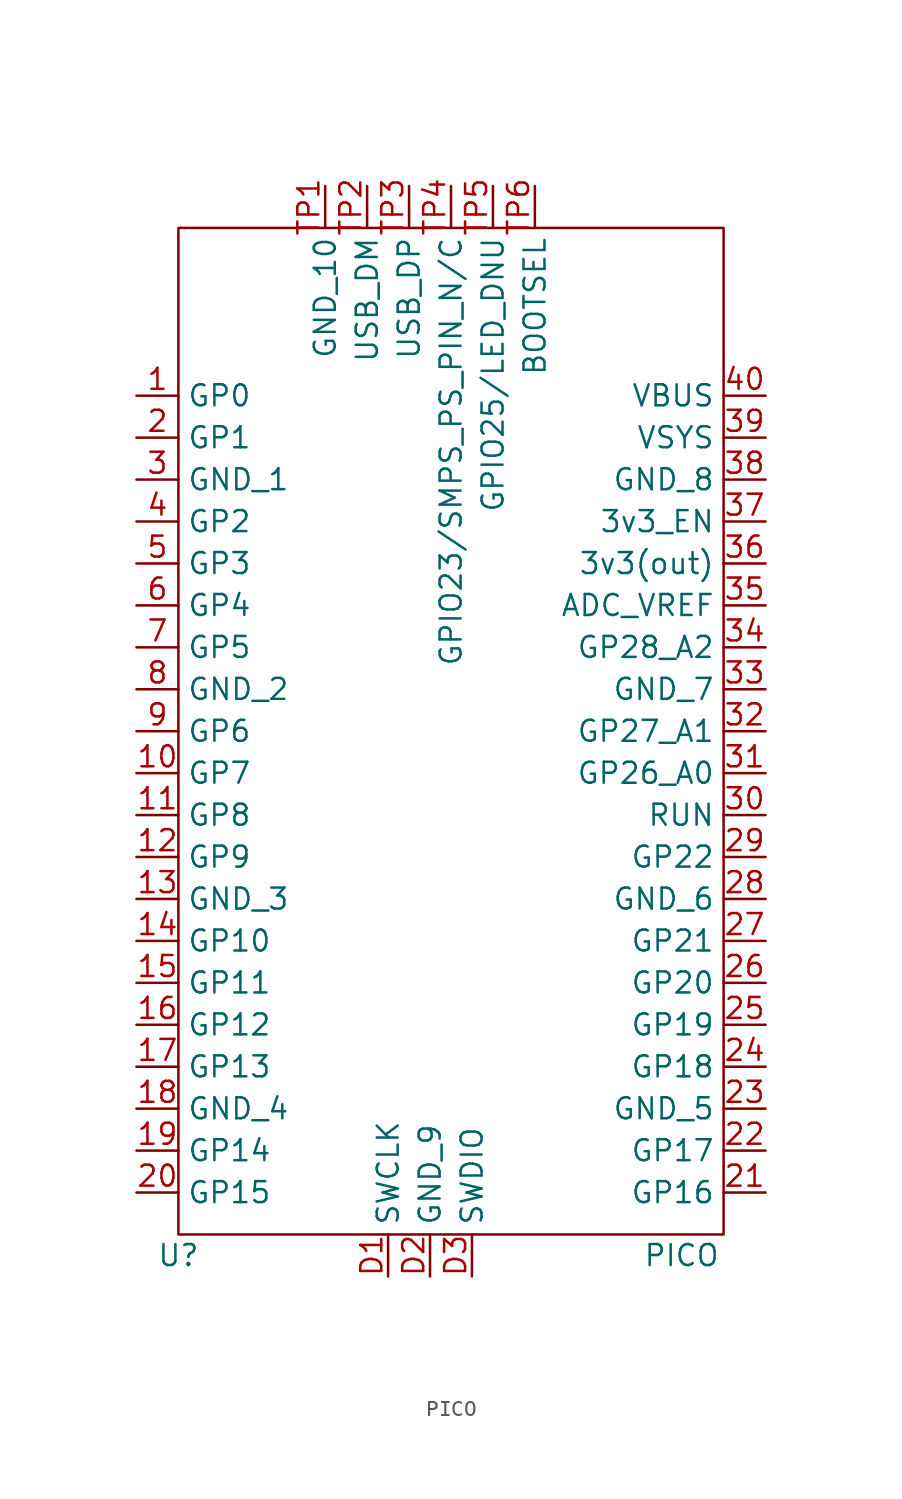
<source format=kicad_sym>
(kicad_symbol_lib
  (version 20211014)
  (generator kicad_symbol_editor)
  (symbol "PICO"
    (property "Reference" "U"
      (at -10.16 -10.16 0)
      (effects (font (size 1.27 1.27))))
    (property "Value" "PICO"
      (at 20.32 -10.16 0)
      (effects (font (size 1.27 1.27))))
    (symbol "PICO_0_1"
      (rectangle (start -10.16 52.07) (end 22.86 -8.89) (stroke (width 0) (type default) (color 0 0 0 0)) (fill (type none))))
    (symbol "PICO_1_1"
      (pin input line (at -12.7 41.91 0) (length 2.54) (name "GP0" (effects (font (size 1.27 1.27)))) (number "1" (effects (font (size 1.27 1.27)))))
      (pin input line (at -12.7 19.05 0) (length 2.54) (name "GP7" (effects (font (size 1.27 1.27)))) (number "10" (effects (font (size 1.27 1.27)))))
      (pin input line (at -12.7 16.51 0) (length 2.54) (name "GP8" (effects (font (size 1.27 1.27)))) (number "11" (effects (font (size 1.27 1.27)))))
      (pin input line (at -12.7 13.97 0) (length 2.54) (name "GP9" (effects (font (size 1.27 1.27)))) (number "12" (effects (font (size 1.27 1.27)))))
      (pin input line (at -12.7 11.43 0) (length 2.54) (name "GND_3" (effects (font (size 1.27 1.27)))) (number "13" (effects (font (size 1.27 1.27)))))
      (pin input line (at -12.7 8.89 0) (length 2.54) (name "GP10" (effects (font (size 1.27 1.27)))) (number "14" (effects (font (size 1.27 1.27)))))
      (pin input line (at -12.7 6.35 0) (length 2.54) (name "GP11" (effects (font (size 1.27 1.27)))) (number "15" (effects (font (size 1.27 1.27)))))
      (pin input line (at -12.7 3.81 0) (length 2.54) (name "GP12" (effects (font (size 1.27 1.27)))) (number "16" (effects (font (size 1.27 1.27)))))
      (pin input line (at -12.7 1.27 0) (length 2.54) (name "GP13" (effects (font (size 1.27 1.27)))) (number "17" (effects (font (size 1.27 1.27)))))
      (pin input line (at -12.7 -1.27 0) (length 2.54) (name "GND_4" (effects (font (size 1.27 1.27)))) (number "18" (effects (font (size 1.27 1.27)))))
      (pin input line (at -12.7 -3.81 0) (length 2.54) (name "GP14" (effects (font (size 1.27 1.27)))) (number "19" (effects (font (size 1.27 1.27)))))
      (pin input line (at -12.7 39.37 0) (length 2.54) (name "GP1" (effects (font (size 1.27 1.27)))) (number "2" (effects (font (size 1.27 1.27)))))
      (pin input line (at -12.7 -6.35 0) (length 2.54) (name "GP15" (effects (font (size 1.27 1.27)))) (number "20" (effects (font (size 1.27 1.27)))))
      (pin input line (at 25.4 -6.35 180) (length 2.54) (name "GP16" (effects (font (size 1.27 1.27)))) (number "21" (effects (font (size 1.27 1.27)))))
      (pin input line (at 25.4 -3.81 180) (length 2.54) (name "GP17" (effects (font (size 1.27 1.27)))) (number "22" (effects (font (size 1.27 1.27)))))
      (pin input line (at 25.4 -1.27 180) (length 2.54) (name "GND_5" (effects (font (size 1.27 1.27)))) (number "23" (effects (font (size 1.27 1.27)))))
      (pin input line (at 25.4 1.27 180) (length 2.54) (name "GP18" (effects (font (size 1.27 1.27)))) (number "24" (effects (font (size 1.27 1.27)))))
      (pin input line (at 25.4 3.81 180) (length 2.54) (name "GP19" (effects (font (size 1.27 1.27)))) (number "25" (effects (font (size 1.27 1.27)))))
      (pin input line (at 25.4 6.35 180) (length 2.54) (name "GP20" (effects (font (size 1.27 1.27)))) (number "26" (effects (font (size 1.27 1.27)))))
      (pin input line (at 25.4 8.89 180) (length 2.54) (name "GP21" (effects (font (size 1.27 1.27)))) (number "27" (effects (font (size 1.27 1.27)))))
      (pin input line (at 25.4 11.43 180) (length 2.54) (name "GND_6" (effects (font (size 1.27 1.27)))) (number "28" (effects (font (size 1.27 1.27)))))
      (pin input line (at 25.4 13.97 180) (length 2.54) (name "GP22" (effects (font (size 1.27 1.27)))) (number "29" (effects (font (size 1.27 1.27)))))
      (pin input line (at -12.7 36.83 0) (length 2.54) (name "GND_1" (effects (font (size 1.27 1.27)))) (number "3" (effects (font (size 1.27 1.27)))))
      (pin input line (at 25.4 16.51 180) (length 2.54) (name "RUN" (effects (font (size 1.27 1.27)))) (number "30" (effects (font (size 1.27 1.27)))))
      (pin input line (at 25.4 19.05 180) (length 2.54) (name "GP26_A0" (effects (font (size 1.27 1.27)))) (number "31" (effects (font (size 1.27 1.27)))))
      (pin input line (at 25.4 21.59 180) (length 2.54) (name "GP27_A1" (effects (font (size 1.27 1.27)))) (number "32" (effects (font (size 1.27 1.27)))))
      (pin input line (at 25.4 24.13 180) (length 2.54) (name "GND_7" (effects (font (size 1.27 1.27)))) (number "33" (effects (font (size 1.27 1.27)))))
      (pin input line (at 25.4 26.67 180) (length 2.54) (name "GP28_A2" (effects (font (size 1.27 1.27)))) (number "34" (effects (font (size 1.27 1.27)))))
      (pin input line (at 25.4 29.21 180) (length 2.54) (name "ADC_VREF" (effects (font (size 1.27 1.27)))) (number "35" (effects (font (size 1.27 1.27)))))
      (pin power_out line (at 25.4 31.75 180) (length 2.54) (name "3v3(out)" (effects (font (size 1.27 1.27)))) (number "36" (effects (font (size 1.27 1.27)))))
      (pin input line (at 25.4 34.29 180) (length 2.54) (name "3v3_EN" (effects (font (size 1.27 1.27)))) (number "37" (effects (font (size 1.27 1.27)))))
      (pin input line (at 25.4 36.83 180) (length 2.54) (name "GND_8" (effects (font (size 1.27 1.27)))) (number "38" (effects (font (size 1.27 1.27)))))
      (pin input line (at 25.4 39.37 180) (length 2.54) (name "VSYS" (effects (font (size 1.27 1.27)))) (number "39" (effects (font (size 1.27 1.27)))))
      (pin input line (at -12.7 34.29 0) (length 2.54) (name "GP2" (effects (font (size 1.27 1.27)))) (number "4" (effects (font (size 1.27 1.27)))))
      (pin input line (at 25.4 41.91 180) (length 2.54) (name "VBUS" (effects (font (size 1.27 1.27)))) (number "40" (effects (font (size 1.27 1.27)))))
      (pin input line (at -12.7 31.75 0) (length 2.54) (name "GP3" (effects (font (size 1.27 1.27)))) (number "5" (effects (font (size 1.27 1.27)))))
      (pin input line (at -12.7 29.21 0) (length 2.54) (name "GP4" (effects (font (size 1.27 1.27)))) (number "6" (effects (font (size 1.27 1.27)))))
      (pin input line (at -12.7 26.67 0) (length 2.54) (name "GP5" (effects (font (size 1.27 1.27)))) (number "7" (effects (font (size 1.27 1.27)))))
      (pin input line (at -12.7 24.13 0) (length 2.54) (name "GND_2" (effects (font (size 1.27 1.27)))) (number "8" (effects (font (size 1.27 1.27)))))
      (pin input line (at -12.7 21.59 0) (length 2.54) (name "GP6" (effects (font (size 1.27 1.27)))) (number "9" (effects (font (size 1.27 1.27)))))
      (pin input line (at 2.54 -11.43 90) (length 2.54) (name "SWCLK" (effects (font (size 1.27 1.27)))) (number "D1" (effects (font (size 1.27 1.27)))))
      (pin input line (at 5.08 -11.43 90) (length 2.54) (name "GND_9" (effects (font (size 1.27 1.27)))) (number "D2" (effects (font (size 1.27 1.27)))))
      (pin input line (at 7.62 -11.43 90) (length 2.54) (name "SWDIO" (effects (font (size 1.27 1.27)))) (number "D3" (effects (font (size 1.27 1.27)))))
      (pin input line (at -1.27 54.61 270) (length 2.54) (name "GND_10" (effects (font (size 1.27 1.27)))) (number "TP1" (effects (font (size 1.27 1.27)))))
      (pin input line (at 1.27 54.61 270) (length 2.54) (name "USB_DM" (effects (font (size 1.27 1.27)))) (number "TP2" (effects (font (size 1.27 1.27)))))
      (pin input line (at 3.81 54.61 270) (length 2.54) (name "USB_DP" (effects (font (size 1.27 1.27)))) (number "TP3" (effects (font (size 1.27 1.27)))))
      (pin input line (at 6.35 54.61 270) (length 2.54) (name "GPIO23/SMPS_PS_PIN_N/C" (effects (font (size 1.27 1.27)))) (number "TP4" (effects (font (size 1.27 1.27)))))
      (pin input line (at 8.89 54.61 270) (length 2.54) (name "GPIO25/LED_DNU" (effects (font (size 1.27 1.27)))) (number "TP5" (effects (font (size 1.27 1.27)))))
      (pin input line (at 11.43 54.61 270) (length 2.54) (name "BOOTSEL" (effects (font (size 1.27 1.27)))) (number "TP6" (effects (font (size 1.27 1.27))))))))
</source>
